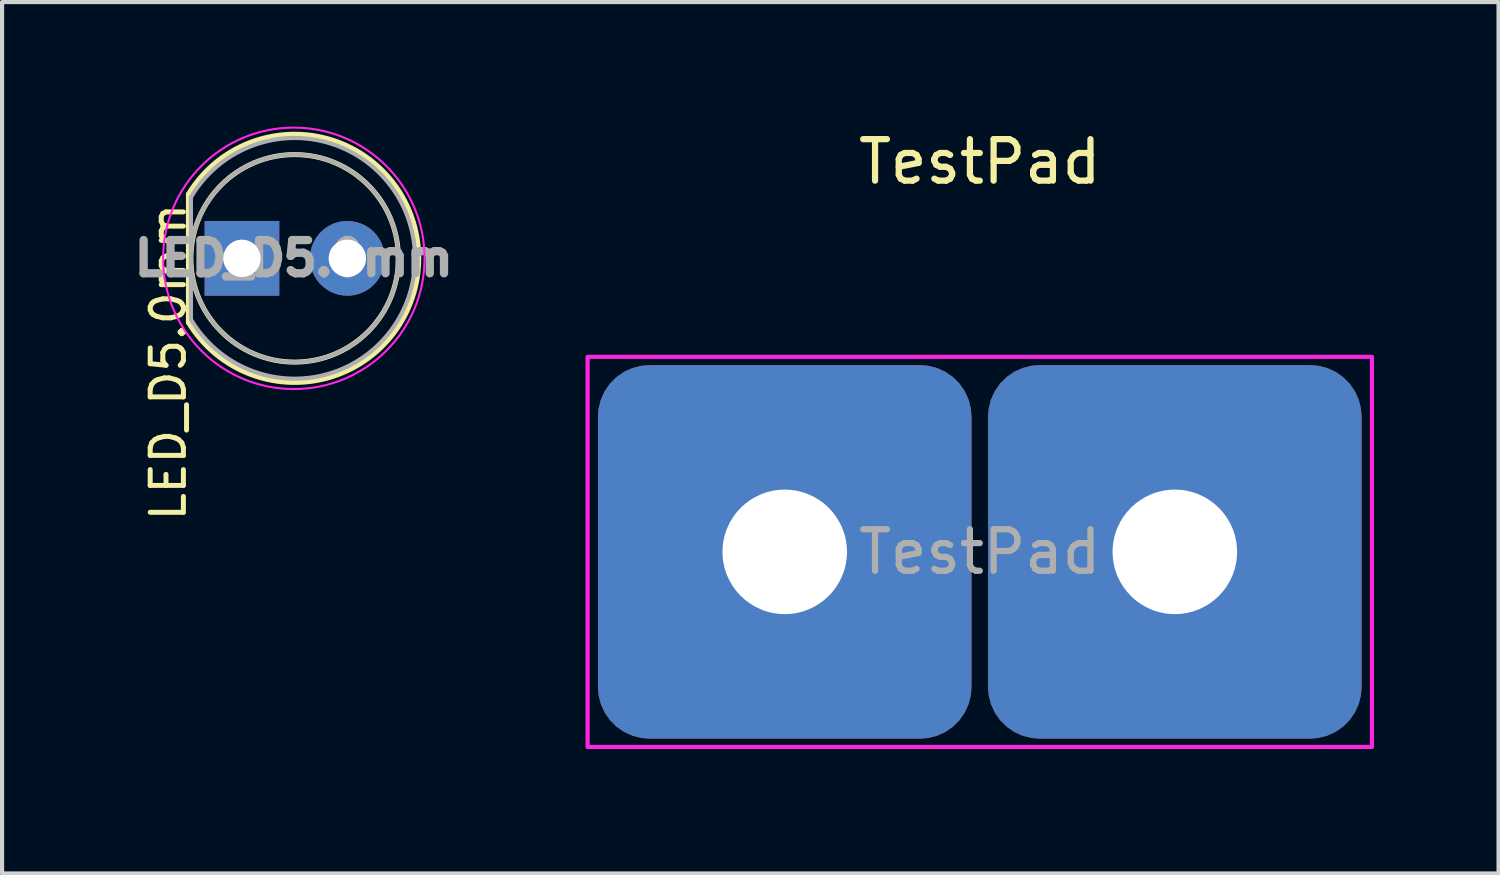
<source format=kicad_pcb>
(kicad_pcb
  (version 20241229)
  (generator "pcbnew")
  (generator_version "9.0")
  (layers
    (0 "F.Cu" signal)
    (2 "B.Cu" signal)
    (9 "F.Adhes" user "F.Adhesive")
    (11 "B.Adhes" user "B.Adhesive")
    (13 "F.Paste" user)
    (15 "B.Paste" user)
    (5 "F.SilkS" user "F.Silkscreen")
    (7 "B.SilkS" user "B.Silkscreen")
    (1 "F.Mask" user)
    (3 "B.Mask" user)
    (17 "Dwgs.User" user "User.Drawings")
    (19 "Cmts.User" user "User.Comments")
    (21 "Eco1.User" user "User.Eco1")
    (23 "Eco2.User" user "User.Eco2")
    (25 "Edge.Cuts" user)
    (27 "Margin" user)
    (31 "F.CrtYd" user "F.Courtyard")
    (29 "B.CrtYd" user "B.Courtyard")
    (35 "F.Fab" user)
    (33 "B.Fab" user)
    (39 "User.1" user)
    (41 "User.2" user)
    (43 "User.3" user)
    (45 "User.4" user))
  (footprint "LED_D5.0mm"
    (layer "F.Cu")
    (at 2.78 3.175)
    (property "Reference" "LED_D5.0mm" (at -1.775 2.5 270) (layer "F.SilkS") (effects (font (size 0.8 0.8) (thickness 0.12))))
    (attr through_hole)
    (fp_line (start -1.29 -1.545) (end -1.29 1.545) (stroke (width 0.12) (type solid)) (layer "F.SilkS"))
    (fp_arc (start -1.29 -1.54483) (mid 2.072002 -2.880433) (end 4.26 0.000462) (stroke (width 0.12) (type solid)) (layer "F.SilkS"))
    (fp_arc (start 4.26 -0.000462) (mid 2.072002 2.880433) (end -1.29 1.54483) (stroke (width 0.12) (type solid)) (layer "F.SilkS"))
    (fp_circle (center 1.27 0) (end 3.77 0) (stroke (width 0.12) (type solid)) (fill no) (layer "F.SilkS"))
    (fp_circle (center 1.25 0) (end 4.4 0) (stroke (width 0.05) (type default)) (fill no) (layer "F.CrtYd"))
    (fp_line (start -1.23 -1.47) (end -1.23 1.47) (stroke (width 0.1) (type solid)) (layer "F.Fab"))
    (fp_arc (start -1.23 -1.469694) (mid 4.17 0.000016) (end -1.230016 1.469666) (stroke (width 0.1) (type solid)) (layer "F.Fab"))
    (fp_circle (center 1.27 0) (end 3.77 0) (stroke (width 0.1) (type solid)) (fill no) (layer "F.Fab"))
    (fp_text user "${REFERENCE}" (at 1.25 0 180) (layer "F.Fab") (effects (font (size 0.8 0.8) (thickness 0.2))))
    (pad "1" thru_hole rect (at 0 0) (size 1.8 1.8) (drill 0.9) (layers "*.Cu" "*.Mask"))
    (pad "2" thru_hole circle (at 2.54 0) (size 1.8 1.8) (drill 0.9) (layers "*.Cu" "*.Mask")))
  (footprint "TestPad"
    (layer "F.Cu")
    (at 20.559 10.248)
    (property "Reference" "TestPad" (at 0 -9.4 0) (layer "F.SilkS") (effects (font (size 1 1) (thickness 0.15))))
    (attr exclude_from_pos_files exclude_from_bom)
    (fp_rect (start -9.45 -4.7) (end 9.45 4.7) (stroke (width 0.1) (type solid)) (fill no) (layer "F.CrtYd"))
    (fp_text user "${REFERENCE}" (at 0 0 0) (layer "F.Fab") (effects (font (size 1 1) (thickness 0.15))))
    (pad "1" thru_hole roundrect (at -4.7 0) (size 9 9) (drill 3) (layers "*.Cu" "*.Mask") (roundrect_rratio 0.138))
    (pad "2" thru_hole roundrect (at 4.7 0) (size 9 9) (drill 3) (layers "*.Cu" "*.Mask") (roundrect_rratio 0.138)))
  (gr_rect
    (start -3 -3)
    (end 33.059 17.998)
    (stroke (width 0.1) (type default))
    (fill no)
    (layer "Edge.Cuts")))
</source>
